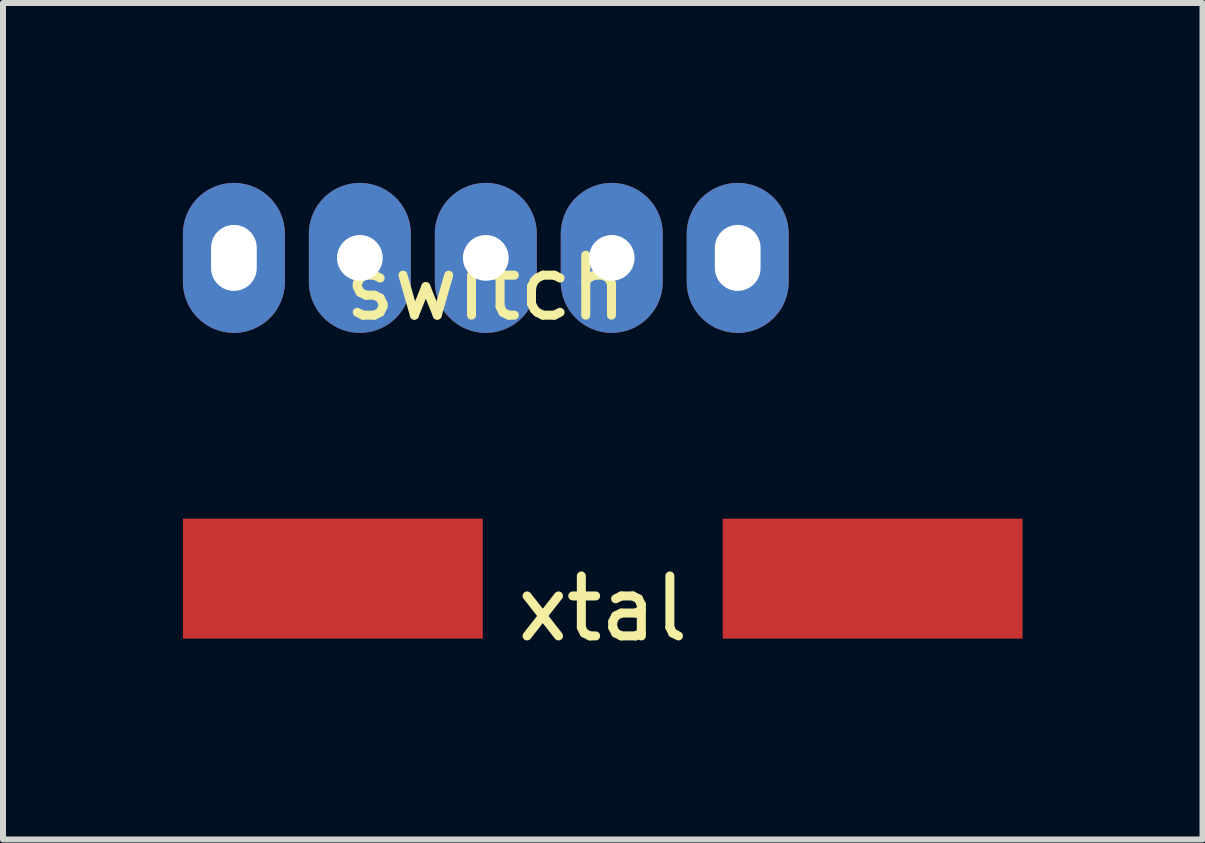
<source format=kicad_pcb>
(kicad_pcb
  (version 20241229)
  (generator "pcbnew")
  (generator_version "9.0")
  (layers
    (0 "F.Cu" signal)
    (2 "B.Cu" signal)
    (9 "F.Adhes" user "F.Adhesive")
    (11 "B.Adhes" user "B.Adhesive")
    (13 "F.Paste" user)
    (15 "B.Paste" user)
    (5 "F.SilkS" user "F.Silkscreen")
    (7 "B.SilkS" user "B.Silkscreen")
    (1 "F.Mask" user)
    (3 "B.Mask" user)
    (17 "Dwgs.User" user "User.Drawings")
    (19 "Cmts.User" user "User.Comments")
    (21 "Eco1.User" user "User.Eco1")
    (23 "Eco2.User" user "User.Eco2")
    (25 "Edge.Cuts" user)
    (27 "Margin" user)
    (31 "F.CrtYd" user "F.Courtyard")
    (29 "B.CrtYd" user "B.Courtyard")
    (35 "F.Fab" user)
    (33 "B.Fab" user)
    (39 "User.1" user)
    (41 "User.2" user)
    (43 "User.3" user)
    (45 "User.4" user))
  (footprint "xtal"
    (layer "F.Cu")
    (at 7 6.598)
    (property "Reference" "xtal" (at 0 0.5 0) (layer "F.SilkS") (effects (font (size 1 1) (thickness 0.15))))
    (attr through_hole)
    (pad "1" smd rect (at -4.5 0) (size 5 2) (layers "F.Cu" "F.Mask" "F.Paste"))
    (pad "2" smd rect (at 4.5 0) (size 5 2) (layers "F.Cu" "F.Mask" "F.Paste")))
  (footprint "switch"
    (layer "F.Cu")
    (at 5.05 1.25)
    (property "Reference" "switch" (at 0 0.5 0) (layer "F.SilkS") (effects (font (size 1 1) (thickness 0.15))))
    (attr through_hole)
    (pad "1" thru_hole oval (at -4.2 0) (size 1.7 2.5) (drill oval 0.762 1.1) (layers "*.Cu" "*.Mask"))
    (pad "2" thru_hole oval (at -2.1 0) (size 1.7 2.5) (drill 0.762) (layers "*.Cu" "*.Mask"))
    (pad "3" thru_hole oval (at 0 0) (size 1.7 2.5) (drill 0.762) (layers "*.Cu" "*.Mask"))
    (pad "4" thru_hole oval (at 2.1 0) (size 1.7 2.5) (drill 0.762) (layers "*.Cu" "*.Mask"))
    (pad "5" thru_hole oval (at 4.2 0) (size 1.7 2.5) (drill oval 0.762 1.1) (layers "*.Cu" "*.Mask")))
  (gr_rect
    (start -3 -3)
    (end 17 10.947)
    (stroke (width 0.1) (type default))
    (fill no)
    (layer "Edge.Cuts")))
</source>
